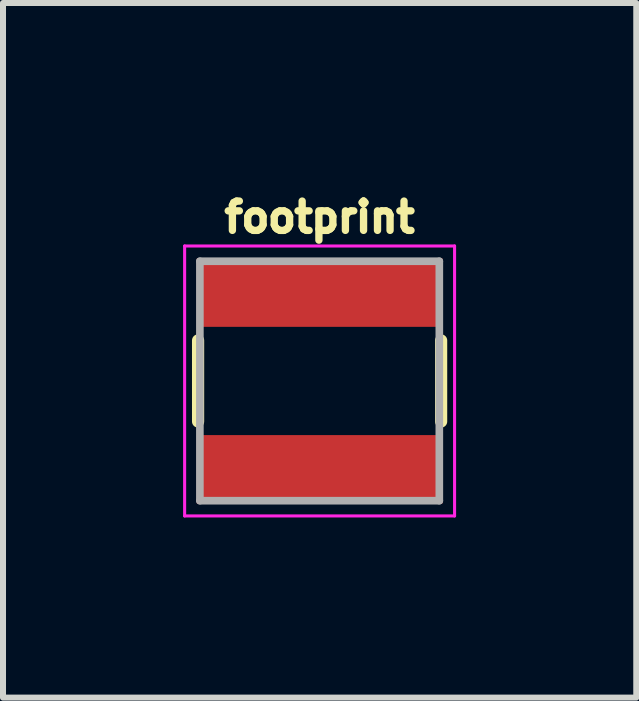
<source format=kicad_pcb>
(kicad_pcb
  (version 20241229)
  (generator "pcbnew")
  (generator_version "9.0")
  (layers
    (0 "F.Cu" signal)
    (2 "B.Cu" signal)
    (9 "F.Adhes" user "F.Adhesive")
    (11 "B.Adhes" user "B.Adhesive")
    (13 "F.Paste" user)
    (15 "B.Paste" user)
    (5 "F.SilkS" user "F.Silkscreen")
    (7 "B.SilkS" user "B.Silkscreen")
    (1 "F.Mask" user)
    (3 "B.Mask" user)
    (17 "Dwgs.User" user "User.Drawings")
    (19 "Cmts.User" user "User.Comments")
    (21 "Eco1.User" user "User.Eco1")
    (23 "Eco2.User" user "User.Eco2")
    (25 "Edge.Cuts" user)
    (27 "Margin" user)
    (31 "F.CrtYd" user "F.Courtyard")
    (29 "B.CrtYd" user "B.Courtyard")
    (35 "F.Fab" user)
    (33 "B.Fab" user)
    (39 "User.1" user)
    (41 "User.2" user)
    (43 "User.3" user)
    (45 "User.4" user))
  (footprint "footprint"
    (layer "F.Cu")
    (at 2.273 3.295)
    (property "Reference" "footprint" (at 0 -2.442 0) (layer "F.SilkS") (effects (font (size 0.488 0.488) (thickness 0.122)) (justify bottom)))
    (fp_line (start -2.024 -0.675) (end -2.024 0.675) (stroke (width 0.203) (type solid)) (layer "F.SilkS"))
    (fp_line (start 2.024 -0.675) (end 2.024 0.675) (stroke (width 0.203) (type solid)) (layer "F.SilkS"))
    (fp_line (start -2.248 -2.248) (end 2.248 -2.248) (stroke (width 0.051) (type solid)) (layer "F.CrtYd"))
    (fp_line (start -2.248 2.248) (end -2.248 -2.248) (stroke (width 0.051) (type solid)) (layer "F.CrtYd"))
    (fp_line (start 2.248 -2.248) (end 2.248 2.248) (stroke (width 0.051) (type solid)) (layer "F.CrtYd"))
    (fp_line (start 2.248 2.248) (end -2.248 2.248) (stroke (width 0.051) (type solid)) (layer "F.CrtYd"))
    (fp_line (start -1.994 -1.994) (end -1.994 1.994) (stroke (width 0.127) (type solid)) (layer "F.Fab"))
    (fp_line (start -1.994 1.994) (end 1.994 1.994) (stroke (width 0.127) (type solid)) (layer "F.Fab"))
    (fp_line (start 1.994 -1.994) (end -1.994 -1.994) (stroke (width 0.127) (type solid)) (layer "F.Fab"))
    (fp_line (start 1.994 1.994) (end 1.994 -1.994) (stroke (width 0.127) (type solid)) (layer "F.Fab"))
    (pad "P$1" smd rect (at 0 -1.473) (size 4.089 1.143) (layers "F.Cu" "F.Mask" "F.Paste"))
    (pad "P$2" smd rect (at 0 1.473) (size 4.089 1.143) (layers "F.Cu" "F.Mask" "F.Paste")))
  (gr_rect
    (start -3 -3)
    (end 7.547 8.569)
    (stroke (width 0.1) (type default))
    (fill no)
    (layer "Edge.Cuts")))
</source>
